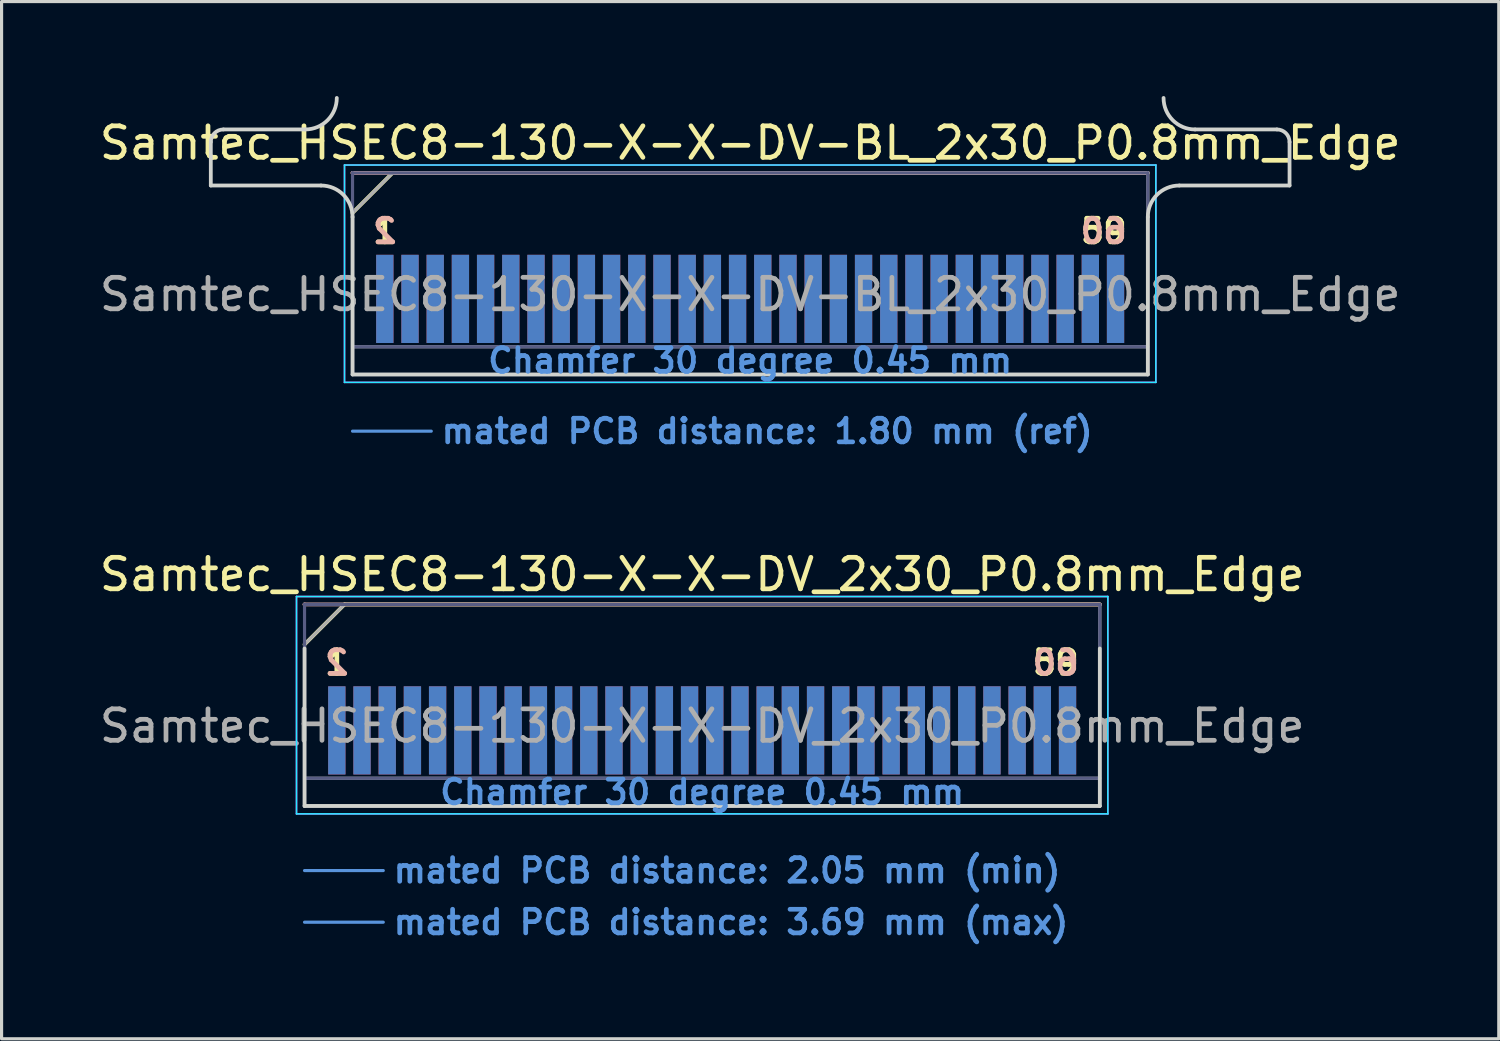
<source format=kicad_pcb>
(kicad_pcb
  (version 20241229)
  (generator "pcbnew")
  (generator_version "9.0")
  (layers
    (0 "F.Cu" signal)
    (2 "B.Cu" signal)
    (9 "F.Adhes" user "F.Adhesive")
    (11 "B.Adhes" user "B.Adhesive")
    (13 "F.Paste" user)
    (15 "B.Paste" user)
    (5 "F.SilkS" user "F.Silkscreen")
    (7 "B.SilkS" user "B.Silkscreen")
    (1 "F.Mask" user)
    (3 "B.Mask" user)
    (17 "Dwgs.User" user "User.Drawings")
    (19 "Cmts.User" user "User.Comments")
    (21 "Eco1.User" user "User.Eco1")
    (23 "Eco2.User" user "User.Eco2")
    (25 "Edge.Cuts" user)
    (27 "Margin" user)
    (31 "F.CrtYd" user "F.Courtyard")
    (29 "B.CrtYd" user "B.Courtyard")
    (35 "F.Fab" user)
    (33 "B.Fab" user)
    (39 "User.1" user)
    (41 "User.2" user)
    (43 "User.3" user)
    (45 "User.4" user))
  (footprint "Samtec_HSEC8-130-X-X-DV-BL_2x30_P0.8mm_Edge"
    (layer "F.Cu")
    (at 20.768 8.84)
    (property "Reference" "Samtec_HSEC8-130-X-X-DV-BL_2x30_P0.8mm_Edge" (at 0 -7.35 0) (layer "F.SilkS") (effects (font (size 1 1) (thickness 0.15))))
    (attr exclude_from_pos_files exclude_from_bom)
    (fp_line (start -12.625 -5.13) (end -11.355 -6.4) (stroke (width 0.12) (type solid)) (layer "F.SilkS"))
    (fp_line (start -11.355 -6.4) (end 12.625 -6.4) (stroke (width 0.12) (type solid)) (layer "F.SilkS"))
    (fp_line (start -12.625 -6.4) (end -12.625 -6.4) (stroke (width 0.12) (type solid)) (layer "B.SilkS"))
    (fp_line (start -12.625 -6.4) (end 12.625 -6.4) (stroke (width 0.12) (type solid)) (layer "B.SilkS"))
    (fp_line (start -12.625 1.8) (end -10.125 1.8) (stroke (width 0.1) (type solid)) (layer "Cmts.User"))
    (fp_line (start -17.125 -6) (end -17.125 -7.38) (stroke (width 0.12) (type solid)) (layer "Edge.Cuts"))
    (fp_line (start -16.725 -7.78) (end -14.125 -7.78) (stroke (width 0.12) (type solid)) (layer "Edge.Cuts"))
    (fp_line (start -13.625 -6) (end -17.125 -6) (stroke (width 0.12) (type solid)) (layer "Edge.Cuts"))
    (fp_line (start -12.625 -5) (end -12.625 0) (stroke (width 0.12) (type solid)) (layer "Edge.Cuts"))
    (fp_line (start -12.625 0) (end 12.625 0) (stroke (width 0.12) (type solid)) (layer "Edge.Cuts"))
    (fp_line (start 12.625 0) (end 12.625 -5) (stroke (width 0.12) (type solid)) (layer "Edge.Cuts"))
    (fp_line (start 13.625 -6) (end 17.125 -6) (stroke (width 0.12) (type solid)) (layer "Edge.Cuts"))
    (fp_line (start 16.725 -7.78) (end 14.125 -7.78) (stroke (width 0.12) (type solid)) (layer "Edge.Cuts"))
    (fp_line (start 17.125 -6) (end 17.125 -7.38) (stroke (width 0.12) (type solid)) (layer "Edge.Cuts"))
    (fp_arc (start -17.125 -7.38) (mid -17.007843 -7.662843) (end -16.725 -7.78) (stroke (width 0.12) (type solid)) (layer "Edge.Cuts"))
    (fp_arc (start -13.625 -6) (mid -12.917893 -5.707107) (end -12.625 -5) (stroke (width 0.12) (type solid)) (layer "Edge.Cuts"))
    (fp_arc (start -13.125 -8.78) (mid -13.417893 -8.072893) (end -14.125 -7.78) (stroke (width 0.12) (type solid)) (layer "Edge.Cuts"))
    (fp_arc (start 12.625 -5) (mid 12.917893 -5.707107) (end 13.625 -6) (stroke (width 0.12) (type solid)) (layer "Edge.Cuts"))
    (fp_arc (start 14.125 -7.78) (mid 13.417893 -8.072893) (end 13.125 -8.78) (stroke (width 0.12) (type solid)) (layer "Edge.Cuts"))
    (fp_arc (start 16.725 -7.78) (mid 17.007843 -7.662843) (end 17.125 -7.38) (stroke (width 0.12) (type solid)) (layer "Edge.Cuts"))
    (fp_line (start -12.88 -6.65) (end -12.88 0.25) (stroke (width 0.05) (type solid)) (layer "B.CrtYd"))
    (fp_line (start -12.88 0.25) (end 12.88 0.25) (stroke (width 0.05) (type solid)) (layer "B.CrtYd"))
    (fp_line (start 12.88 -6.65) (end -12.88 -6.65) (stroke (width 0.05) (type solid)) (layer "B.CrtYd"))
    (fp_line (start 12.88 0.25) (end 12.88 -6.65) (stroke (width 0.05) (type solid)) (layer "B.CrtYd"))
    (fp_line (start -12.88 -6.65) (end -12.88 0.25) (stroke (width 0.05) (type solid)) (layer "F.CrtYd"))
    (fp_line (start -12.88 0.25) (end 12.88 0.25) (stroke (width 0.05) (type solid)) (layer "F.CrtYd"))
    (fp_line (start 12.88 -6.65) (end -12.88 -6.65) (stroke (width 0.05) (type solid)) (layer "F.CrtYd"))
    (fp_line (start 12.88 0.25) (end 12.88 -6.65) (stroke (width 0.05) (type solid)) (layer "F.CrtYd"))
    (fp_line (start -12.625 -6.4) (end -12.625 -6.4) (stroke (width 0.1) (type solid)) (layer "B.Fab"))
    (fp_line (start -12.625 -6.4) (end -12.625 0) (stroke (width 0.1) (type solid)) (layer "B.Fab"))
    (fp_line (start -12.625 -6.4) (end 12.625 -6.4) (stroke (width 0.1) (type solid)) (layer "B.Fab"))
    (fp_line (start -12.625 -0.88) (end 12.625 -0.88) (stroke (width 0.1) (type solid)) (layer "B.Fab"))
    (fp_line (start -12.625 0) (end 12.625 0) (stroke (width 0.1) (type solid)) (layer "B.Fab"))
    (fp_line (start 12.625 -6.4) (end 12.625 0) (stroke (width 0.1) (type solid)) (layer "B.Fab"))
    (fp_line (start -12.625 -5.13) (end -12.625 0) (stroke (width 0.1) (type solid)) (layer "F.Fab"))
    (fp_line (start -12.625 -5.13) (end -11.355 -6.4) (stroke (width 0.1) (type solid)) (layer "F.Fab"))
    (fp_line (start -12.625 -0.88) (end 12.625 -0.88) (stroke (width 0.1) (type solid)) (layer "F.Fab"))
    (fp_line (start -12.625 0) (end 12.625 0) (stroke (width 0.1) (type solid)) (layer "F.Fab"))
    (fp_line (start -11.355 -6.4) (end 12.625 -6.4) (stroke (width 0.1) (type solid)) (layer "F.Fab"))
    (fp_line (start 12.625 -6.4) (end 12.625 0) (stroke (width 0.1) (type solid)) (layer "F.Fab"))
    (fp_text user "59" (at 11.225 -4.55 0) (layer "F.SilkS") (effects (font (size 0.75 0.75) (thickness 0.15))))
    (fp_text user "1" (at -11.6 -4.55 0) (layer "F.SilkS") (effects (font (size 0.75 0.75) (thickness 0.15))))
    (fp_text user "60" (at 11.225 -4.55 0) (layer "B.SilkS") (effects (font (size 0.75 0.75) (thickness 0.15)) (justify mirror)))
    (fp_text user "2" (at -11.6 -4.55 0) (layer "B.SilkS") (effects (font (size 0.75 0.75) (thickness 0.15)) (justify mirror)))
    (fp_text user "mated PCB distance: 1.80 mm (ref)" (at -9.88 1.8 0) (layer "Cmts.User") (effects (font (size 0.75 0.75) (thickness 0.15)) (justify left)))
    (fp_text user "Chamfer 30 degree 0.45 mm" (at 0 -0.44 0) (layer "Cmts.User") (effects (font (size 0.75 0.75) (thickness 0.15))))
    (fp_text user "${REFERENCE}" (at 0 -2.54 0) (layer "F.Fab") (effects (font (size 1 1) (thickness 0.15))))
    (pad "1" connect rect (at -11.6 -2.4) (size 0.55 2.8) (layers "F.Cu" "F.Mask"))
    (pad "2" connect rect (at -11.6 -2.4) (size 0.55 2.8) (layers "B.Cu" "B.Mask"))
    (pad "3" connect rect (at -10.8 -2.4) (size 0.55 2.8) (layers "F.Cu" "F.Mask"))
    (pad "4" connect rect (at -10.8 -2.4) (size 0.55 2.8) (layers "B.Cu" "B.Mask"))
    (pad "5" connect rect (at -10 -2.4) (size 0.55 2.8) (layers "F.Cu" "F.Mask"))
    (pad "6" connect rect (at -10 -2.4) (size 0.55 2.8) (layers "B.Cu" "B.Mask"))
    (pad "7" connect rect (at -9.2 -2.4) (size 0.55 2.8) (layers "F.Cu" "F.Mask"))
    (pad "8" connect rect (at -9.2 -2.4) (size 0.55 2.8) (layers "B.Cu" "B.Mask"))
    (pad "9" connect rect (at -8.4 -2.4) (size 0.55 2.8) (layers "F.Cu" "F.Mask"))
    (pad "10" connect rect (at -8.4 -2.4) (size 0.55 2.8) (layers "B.Cu" "B.Mask"))
    (pad "11" connect rect (at -7.6 -2.4) (size 0.55 2.8) (layers "F.Cu" "F.Mask"))
    (pad "12" connect rect (at -7.6 -2.4) (size 0.55 2.8) (layers "B.Cu" "B.Mask"))
    (pad "13" connect rect (at -6.8 -2.4) (size 0.55 2.8) (layers "F.Cu" "F.Mask"))
    (pad "14" connect rect (at -6.8 -2.4) (size 0.55 2.8) (layers "B.Cu" "B.Mask"))
    (pad "15" connect rect (at -6 -2.4) (size 0.55 2.8) (layers "F.Cu" "F.Mask"))
    (pad "16" connect rect (at -6 -2.4) (size 0.55 2.8) (layers "B.Cu" "B.Mask"))
    (pad "17" connect rect (at -5.2 -2.4) (size 0.55 2.8) (layers "F.Cu" "F.Mask"))
    (pad "18" connect rect (at -5.2 -2.4) (size 0.55 2.8) (layers "B.Cu" "B.Mask"))
    (pad "19" connect rect (at -4.4 -2.4) (size 0.55 2.8) (layers "F.Cu" "F.Mask"))
    (pad "20" connect rect (at -4.4 -2.4) (size 0.55 2.8) (layers "B.Cu" "B.Mask"))
    (pad "21" connect rect (at -3.6 -2.4) (size 0.55 2.8) (layers "F.Cu" "F.Mask"))
    (pad "22" connect rect (at -3.6 -2.4) (size 0.55 2.8) (layers "B.Cu" "B.Mask"))
    (pad "23" connect rect (at -2.8 -2.4) (size 0.55 2.8) (layers "F.Cu" "F.Mask"))
    (pad "24" connect rect (at -2.8 -2.4) (size 0.55 2.8) (layers "B.Cu" "B.Mask"))
    (pad "25" connect rect (at -2 -2.4) (size 0.55 2.8) (layers "F.Cu" "F.Mask"))
    (pad "26" connect rect (at -2 -2.4) (size 0.55 2.8) (layers "B.Cu" "B.Mask"))
    (pad "27" connect rect (at -1.2 -2.4) (size 0.55 2.8) (layers "F.Cu" "F.Mask"))
    (pad "28" connect rect (at -1.2 -2.4) (size 0.55 2.8) (layers "B.Cu" "B.Mask"))
    (pad "29" connect rect (at -0.4 -2.4) (size 0.55 2.8) (layers "F.Cu" "F.Mask"))
    (pad "30" connect rect (at -0.4 -2.4) (size 0.55 2.8) (layers "B.Cu" "B.Mask"))
    (pad "31" connect rect (at 0.4 -2.4) (size 0.55 2.8) (layers "F.Cu" "F.Mask"))
    (pad "32" connect rect (at 0.4 -2.4) (size 0.55 2.8) (layers "B.Cu" "B.Mask"))
    (pad "33" connect rect (at 1.2 -2.4) (size 0.55 2.8) (layers "F.Cu" "F.Mask"))
    (pad "34" connect rect (at 1.2 -2.4) (size 0.55 2.8) (layers "B.Cu" "B.Mask"))
    (pad "35" connect rect (at 2 -2.4) (size 0.55 2.8) (layers "F.Cu" "F.Mask"))
    (pad "36" connect rect (at 2 -2.4) (size 0.55 2.8) (layers "B.Cu" "B.Mask"))
    (pad "37" connect rect (at 2.8 -2.4) (size 0.55 2.8) (layers "F.Cu" "F.Mask"))
    (pad "38" connect rect (at 2.8 -2.4) (size 0.55 2.8) (layers "B.Cu" "B.Mask"))
    (pad "39" connect rect (at 3.6 -2.4) (size 0.55 2.8) (layers "F.Cu" "F.Mask"))
    (pad "40" connect rect (at 3.6 -2.4) (size 0.55 2.8) (layers "B.Cu" "B.Mask"))
    (pad "41" connect rect (at 4.4 -2.4) (size 0.55 2.8) (layers "F.Cu" "F.Mask"))
    (pad "42" connect rect (at 4.4 -2.4) (size 0.55 2.8) (layers "B.Cu" "B.Mask"))
    (pad "43" connect rect (at 5.2 -2.4) (size 0.55 2.8) (layers "F.Cu" "F.Mask"))
    (pad "44" connect rect (at 5.2 -2.4) (size 0.55 2.8) (layers "B.Cu" "B.Mask"))
    (pad "45" connect rect (at 6 -2.4) (size 0.55 2.8) (layers "F.Cu" "F.Mask"))
    (pad "46" connect rect (at 6 -2.4) (size 0.55 2.8) (layers "B.Cu" "B.Mask"))
    (pad "47" connect rect (at 6.8 -2.4) (size 0.55 2.8) (layers "F.Cu" "F.Mask"))
    (pad "48" connect rect (at 6.8 -2.4) (size 0.55 2.8) (layers "B.Cu" "B.Mask"))
    (pad "49" connect rect (at 7.6 -2.4) (size 0.55 2.8) (layers "F.Cu" "F.Mask"))
    (pad "50" connect rect (at 7.6 -2.4) (size 0.55 2.8) (layers "B.Cu" "B.Mask"))
    (pad "51" connect rect (at 8.4 -2.4) (size 0.55 2.8) (layers "F.Cu" "F.Mask"))
    (pad "52" connect rect (at 8.4 -2.4) (size 0.55 2.8) (layers "B.Cu" "B.Mask"))
    (pad "53" connect rect (at 9.2 -2.4) (size 0.55 2.8) (layers "F.Cu" "F.Mask"))
    (pad "54" connect rect (at 9.2 -2.4) (size 0.55 2.8) (layers "B.Cu" "B.Mask"))
    (pad "55" connect rect (at 10 -2.4) (size 0.55 2.8) (layers "F.Cu" "F.Mask"))
    (pad "56" connect rect (at 10 -2.4) (size 0.55 2.8) (layers "B.Cu" "B.Mask"))
    (pad "57" connect rect (at 10.8 -2.4) (size 0.55 2.8) (layers "F.Cu" "F.Mask"))
    (pad "58" connect rect (at 10.8 -2.4) (size 0.55 2.8) (layers "B.Cu" "B.Mask"))
    (pad "59" connect rect (at 11.6 -2.4) (size 0.55 2.8) (layers "F.Cu" "F.Mask"))
    (pad "60" connect rect (at 11.6 -2.4) (size 0.55 2.8) (layers "B.Cu" "B.Mask")))
  (footprint "Samtec_HSEC8-130-X-X-DV_2x30_P0.8mm_Edge"
    (layer "F.Cu")
    (at 19.244 22.54)
    (property "Reference" "Samtec_HSEC8-130-X-X-DV_2x30_P0.8mm_Edge" (at 0 -7.35 0) (layer "F.SilkS") (effects (font (size 1 1) (thickness 0.15))))
    (attr exclude_from_pos_files exclude_from_bom)
    (fp_line (start -12.625 -5.13) (end -11.355 -6.4) (stroke (width 0.12) (type solid)) (layer "F.SilkS"))
    (fp_line (start -11.355 -6.4) (end 12.625 -6.4) (stroke (width 0.12) (type solid)) (layer "F.SilkS"))
    (fp_line (start -12.625 -6.4) (end -12.625 -6.4) (stroke (width 0.12) (type solid)) (layer "B.SilkS"))
    (fp_line (start -12.625 -6.4) (end 12.625 -6.4) (stroke (width 0.12) (type solid)) (layer "B.SilkS"))
    (fp_line (start -12.625 2.05) (end -10.125 2.05) (stroke (width 0.1) (type solid)) (layer "Cmts.User"))
    (fp_line (start -12.625 3.69) (end -10.125 3.69) (stroke (width 0.1) (type solid)) (layer "Cmts.User"))
    (fp_line (start -12.625 -5) (end -12.625 0) (stroke (width 0.12) (type solid)) (layer "Edge.Cuts"))
    (fp_line (start -12.625 0) (end 12.625 0) (stroke (width 0.12) (type solid)) (layer "Edge.Cuts"))
    (fp_line (start 12.625 0) (end 12.625 -5) (stroke (width 0.12) (type solid)) (layer "Edge.Cuts"))
    (fp_line (start -12.88 -6.65) (end -12.88 0.25) (stroke (width 0.05) (type solid)) (layer "B.CrtYd"))
    (fp_line (start -12.88 0.25) (end 12.88 0.25) (stroke (width 0.05) (type solid)) (layer "B.CrtYd"))
    (fp_line (start 12.88 -6.65) (end -12.88 -6.65) (stroke (width 0.05) (type solid)) (layer "B.CrtYd"))
    (fp_line (start 12.88 0.25) (end 12.88 -6.65) (stroke (width 0.05) (type solid)) (layer "B.CrtYd"))
    (fp_line (start -12.88 -6.65) (end -12.88 0.25) (stroke (width 0.05) (type solid)) (layer "F.CrtYd"))
    (fp_line (start -12.88 0.25) (end 12.88 0.25) (stroke (width 0.05) (type solid)) (layer "F.CrtYd"))
    (fp_line (start 12.88 -6.65) (end -12.88 -6.65) (stroke (width 0.05) (type solid)) (layer "F.CrtYd"))
    (fp_line (start 12.88 0.25) (end 12.88 -6.65) (stroke (width 0.05) (type solid)) (layer "F.CrtYd"))
    (fp_line (start -12.625 -6.4) (end -12.625 -6.4) (stroke (width 0.1) (type solid)) (layer "B.Fab"))
    (fp_line (start -12.625 -6.4) (end -12.625 0) (stroke (width 0.1) (type solid)) (layer "B.Fab"))
    (fp_line (start -12.625 -6.4) (end 12.625 -6.4) (stroke (width 0.1) (type solid)) (layer "B.Fab"))
    (fp_line (start -12.625 -0.88) (end 12.625 -0.88) (stroke (width 0.1) (type solid)) (layer "B.Fab"))
    (fp_line (start -12.625 0) (end 12.625 0) (stroke (width 0.1) (type solid)) (layer "B.Fab"))
    (fp_line (start 12.625 -6.4) (end 12.625 0) (stroke (width 0.1) (type solid)) (layer "B.Fab"))
    (fp_line (start -12.625 -5.13) (end -12.625 0) (stroke (width 0.1) (type solid)) (layer "F.Fab"))
    (fp_line (start -12.625 -5.13) (end -11.355 -6.4) (stroke (width 0.1) (type solid)) (layer "F.Fab"))
    (fp_line (start -12.625 -0.88) (end 12.625 -0.88) (stroke (width 0.1) (type solid)) (layer "F.Fab"))
    (fp_line (start -12.625 0) (end 12.625 0) (stroke (width 0.1) (type solid)) (layer "F.Fab"))
    (fp_line (start -11.355 -6.4) (end 12.625 -6.4) (stroke (width 0.1) (type solid)) (layer "F.Fab"))
    (fp_line (start 12.625 -6.4) (end 12.625 0) (stroke (width 0.1) (type solid)) (layer "F.Fab"))
    (fp_text user "59" (at 11.225 -4.55 0) (layer "F.SilkS") (effects (font (size 0.75 0.75) (thickness 0.15))))
    (fp_text user "1" (at -11.6 -4.55 0) (layer "F.SilkS") (effects (font (size 0.75 0.75) (thickness 0.15))))
    (fp_text user "60" (at 11.225 -4.55 0) (layer "B.SilkS") (effects (font (size 0.75 0.75) (thickness 0.15)) (justify mirror)))
    (fp_text user "2" (at -11.6 -4.55 0) (layer "B.SilkS") (effects (font (size 0.75 0.75) (thickness 0.15)) (justify mirror)))
    (fp_text user "Chamfer 30 degree 0.45 mm" (at 0 -0.44 0) (layer "Cmts.User") (effects (font (size 0.75 0.75) (thickness 0.15))))
    (fp_text user "mated PCB distance: 2.05 mm (min)" (at -9.88 2.05 0) (layer "Cmts.User") (effects (font (size 0.75 0.75) (thickness 0.15)) (justify left)))
    (fp_text user "mated PCB distance: 3.69 mm (max)" (at -9.88 3.69 0) (layer "Cmts.User") (effects (font (size 0.75 0.75) (thickness 0.15)) (justify left)))
    (fp_text user "${REFERENCE}" (at 0 -2.54 0) (layer "F.Fab") (effects (font (size 1 1) (thickness 0.15))))
    (pad "1" connect rect (at -11.6 -2.4) (size 0.55 2.8) (layers "F.Cu" "F.Mask"))
    (pad "2" connect rect (at -11.6 -2.4) (size 0.55 2.8) (layers "B.Cu" "B.Mask"))
    (pad "3" connect rect (at -10.8 -2.4) (size 0.55 2.8) (layers "F.Cu" "F.Mask"))
    (pad "4" connect rect (at -10.8 -2.4) (size 0.55 2.8) (layers "B.Cu" "B.Mask"))
    (pad "5" connect rect (at -10 -2.4) (size 0.55 2.8) (layers "F.Cu" "F.Mask"))
    (pad "6" connect rect (at -10 -2.4) (size 0.55 2.8) (layers "B.Cu" "B.Mask"))
    (pad "7" connect rect (at -9.2 -2.4) (size 0.55 2.8) (layers "F.Cu" "F.Mask"))
    (pad "8" connect rect (at -9.2 -2.4) (size 0.55 2.8) (layers "B.Cu" "B.Mask"))
    (pad "9" connect rect (at -8.4 -2.4) (size 0.55 2.8) (layers "F.Cu" "F.Mask"))
    (pad "10" connect rect (at -8.4 -2.4) (size 0.55 2.8) (layers "B.Cu" "B.Mask"))
    (pad "11" connect rect (at -7.6 -2.4) (size 0.55 2.8) (layers "F.Cu" "F.Mask"))
    (pad "12" connect rect (at -7.6 -2.4) (size 0.55 2.8) (layers "B.Cu" "B.Mask"))
    (pad "13" connect rect (at -6.8 -2.4) (size 0.55 2.8) (layers "F.Cu" "F.Mask"))
    (pad "14" connect rect (at -6.8 -2.4) (size 0.55 2.8) (layers "B.Cu" "B.Mask"))
    (pad "15" connect rect (at -6 -2.4) (size 0.55 2.8) (layers "F.Cu" "F.Mask"))
    (pad "16" connect rect (at -6 -2.4) (size 0.55 2.8) (layers "B.Cu" "B.Mask"))
    (pad "17" connect rect (at -5.2 -2.4) (size 0.55 2.8) (layers "F.Cu" "F.Mask"))
    (pad "18" connect rect (at -5.2 -2.4) (size 0.55 2.8) (layers "B.Cu" "B.Mask"))
    (pad "19" connect rect (at -4.4 -2.4) (size 0.55 2.8) (layers "F.Cu" "F.Mask"))
    (pad "20" connect rect (at -4.4 -2.4) (size 0.55 2.8) (layers "B.Cu" "B.Mask"))
    (pad "21" connect rect (at -3.6 -2.4) (size 0.55 2.8) (layers "F.Cu" "F.Mask"))
    (pad "22" connect rect (at -3.6 -2.4) (size 0.55 2.8) (layers "B.Cu" "B.Mask"))
    (pad "23" connect rect (at -2.8 -2.4) (size 0.55 2.8) (layers "F.Cu" "F.Mask"))
    (pad "24" connect rect (at -2.8 -2.4) (size 0.55 2.8) (layers "B.Cu" "B.Mask"))
    (pad "25" connect rect (at -2 -2.4) (size 0.55 2.8) (layers "F.Cu" "F.Mask"))
    (pad "26" connect rect (at -2 -2.4) (size 0.55 2.8) (layers "B.Cu" "B.Mask"))
    (pad "27" connect rect (at -1.2 -2.4) (size 0.55 2.8) (layers "F.Cu" "F.Mask"))
    (pad "28" connect rect (at -1.2 -2.4) (size 0.55 2.8) (layers "B.Cu" "B.Mask"))
    (pad "29" connect rect (at -0.4 -2.4) (size 0.55 2.8) (layers "F.Cu" "F.Mask"))
    (pad "30" connect rect (at -0.4 -2.4) (size 0.55 2.8) (layers "B.Cu" "B.Mask"))
    (pad "31" connect rect (at 0.4 -2.4) (size 0.55 2.8) (layers "F.Cu" "F.Mask"))
    (pad "32" connect rect (at 0.4 -2.4) (size 0.55 2.8) (layers "B.Cu" "B.Mask"))
    (pad "33" connect rect (at 1.2 -2.4) (size 0.55 2.8) (layers "F.Cu" "F.Mask"))
    (pad "34" connect rect (at 1.2 -2.4) (size 0.55 2.8) (layers "B.Cu" "B.Mask"))
    (pad "35" connect rect (at 2 -2.4) (size 0.55 2.8) (layers "F.Cu" "F.Mask"))
    (pad "36" connect rect (at 2 -2.4) (size 0.55 2.8) (layers "B.Cu" "B.Mask"))
    (pad "37" connect rect (at 2.8 -2.4) (size 0.55 2.8) (layers "F.Cu" "F.Mask"))
    (pad "38" connect rect (at 2.8 -2.4) (size 0.55 2.8) (layers "B.Cu" "B.Mask"))
    (pad "39" connect rect (at 3.6 -2.4) (size 0.55 2.8) (layers "F.Cu" "F.Mask"))
    (pad "40" connect rect (at 3.6 -2.4) (size 0.55 2.8) (layers "B.Cu" "B.Mask"))
    (pad "41" connect rect (at 4.4 -2.4) (size 0.55 2.8) (layers "F.Cu" "F.Mask"))
    (pad "42" connect rect (at 4.4 -2.4) (size 0.55 2.8) (layers "B.Cu" "B.Mask"))
    (pad "43" connect rect (at 5.2 -2.4) (size 0.55 2.8) (layers "F.Cu" "F.Mask"))
    (pad "44" connect rect (at 5.2 -2.4) (size 0.55 2.8) (layers "B.Cu" "B.Mask"))
    (pad "45" connect rect (at 6 -2.4) (size 0.55 2.8) (layers "F.Cu" "F.Mask"))
    (pad "46" connect rect (at 6 -2.4) (size 0.55 2.8) (layers "B.Cu" "B.Mask"))
    (pad "47" connect rect (at 6.8 -2.4) (size 0.55 2.8) (layers "F.Cu" "F.Mask"))
    (pad "48" connect rect (at 6.8 -2.4) (size 0.55 2.8) (layers "B.Cu" "B.Mask"))
    (pad "49" connect rect (at 7.6 -2.4) (size 0.55 2.8) (layers "F.Cu" "F.Mask"))
    (pad "50" connect rect (at 7.6 -2.4) (size 0.55 2.8) (layers "B.Cu" "B.Mask"))
    (pad "51" connect rect (at 8.4 -2.4) (size 0.55 2.8) (layers "F.Cu" "F.Mask"))
    (pad "52" connect rect (at 8.4 -2.4) (size 0.55 2.8) (layers "B.Cu" "B.Mask"))
    (pad "53" connect rect (at 9.2 -2.4) (size 0.55 2.8) (layers "F.Cu" "F.Mask"))
    (pad "54" connect rect (at 9.2 -2.4) (size 0.55 2.8) (layers "B.Cu" "B.Mask"))
    (pad "55" connect rect (at 10 -2.4) (size 0.55 2.8) (layers "F.Cu" "F.Mask"))
    (pad "56" connect rect (at 10 -2.4) (size 0.55 2.8) (layers "B.Cu" "B.Mask"))
    (pad "57" connect rect (at 10.8 -2.4) (size 0.55 2.8) (layers "F.Cu" "F.Mask"))
    (pad "58" connect rect (at 10.8 -2.4) (size 0.55 2.8) (layers "B.Cu" "B.Mask"))
    (pad "59" connect rect (at 11.6 -2.4) (size 0.55 2.8) (layers "F.Cu" "F.Mask"))
    (pad "60" connect rect (at 11.6 -2.4) (size 0.55 2.8) (layers "B.Cu" "B.Mask")))
  (gr_rect
    (start -3 -3)
    (end 44.536 29.932)
    (stroke (width 0.1) (type default))
    (fill no)
    (layer "Edge.Cuts")))
</source>
